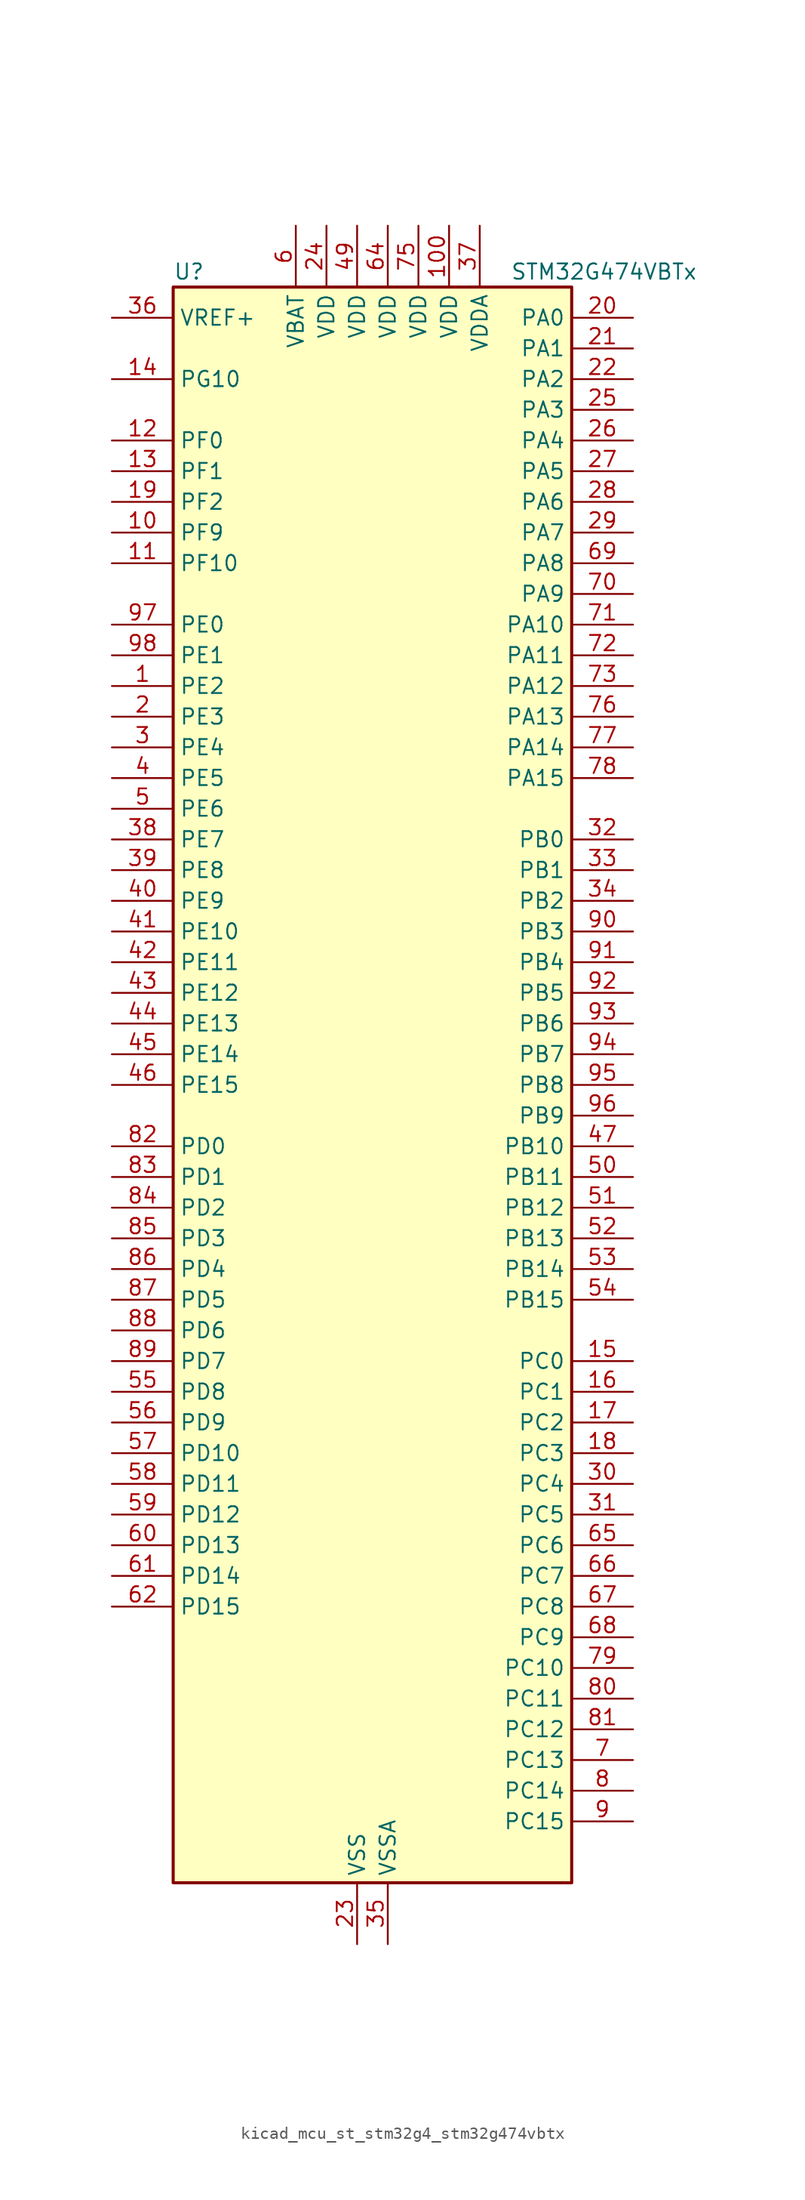
<source format=kicad_sym>
(kicad_symbol_lib
  (version 20220914)
  (generator kicad_symbol_editor)
  (symbol "kicad_mcu_st_stm32g4_stm32g474vbtx"
    (property "Reference" "U"
      (at -15.24 67.31 0)
      (effects (font (size 1.27 1.27)) (justify left)))
    (property "Value" "STM32G474VBTx"
      (at 12.7 67.31 0)
      (effects (font (size 1.27 1.27)) (justify left)))
    (property "ki_locked" ""
      (at 0 0 0)
      (effects (font (size 1.27 1.27))))
    (symbol "kicad_mcu_st_stm32g4_stm32g474vbtx_0_1"
      (rectangle (start -15.24 -66.04) (end 17.78 66.04) (stroke (width 0.254) (type default)) (fill (type background))))
    (symbol "kicad_mcu_st_stm32g4_stm32g474vbtx_1_1"
      (pin bidirectional line (at -20.32 33.02 0) (length 5.08) (name "PE2" (effects (font (size 1.27 1.27)))) (number "1" (effects (font (size 1.27 1.27)))) (alternate "ADC3_EXTI2" bidirectional line) (alternate "ADC4_EXTI2" bidirectional line) (alternate "ADC5_EXTI2" bidirectional line) (alternate "FMC_A23" bidirectional line) (alternate "SAI1_CK1" bidirectional line) (alternate "SAI1_MCLK_A" bidirectional line) (alternate "SPI4_SCK" bidirectional line) (alternate "SYS_TRACECLK" bidirectional line) (alternate "TIM20_CH1" bidirectional line) (alternate "TIM3_CH1" bidirectional line))
      (pin bidirectional line (at -20.32 45.72 0) (length 5.08) (name "PF9" (effects (font (size 1.27 1.27)))) (number "10" (effects (font (size 1.27 1.27)))) (alternate "DAC1_EXTI9" bidirectional line) (alternate "DAC2_EXTI9" bidirectional line) (alternate "DAC3_EXTI9" bidirectional line) (alternate "DAC4_EXTI9" bidirectional line) (alternate "FMC_A25" bidirectional line) (alternate "QUADSPI1_BK1_IO1" bidirectional line) (alternate "SAI1_FS_B" bidirectional line) (alternate "SPI2_SCK" bidirectional line) (alternate "TIM15_CH1" bidirectional line) (alternate "TIM20_BKIN" bidirectional line) (alternate "TIM5_CH4" bidirectional line))
      (pin power_in line (at 7.62 71.12 270) (length 5.08) (name "VDD" (effects (font (size 1.27 1.27)))) (number "100" (effects (font (size 1.27 1.27)))))
      (pin bidirectional line (at -20.32 43.18 0) (length 5.08) (name "PF10" (effects (font (size 1.27 1.27)))) (number "11" (effects (font (size 1.27 1.27)))) (alternate "DAC1_EXTI10" bidirectional line) (alternate "DAC2_EXTI10" bidirectional line) (alternate "DAC3_EXTI10" bidirectional line) (alternate "DAC4_EXTI10" bidirectional line) (alternate "FMC_A0" bidirectional line) (alternate "QUADSPI1_CLK" bidirectional line) (alternate "SAI1_D3" bidirectional line) (alternate "SPI2_SCK" bidirectional line) (alternate "TIM15_CH2" bidirectional line) (alternate "TIM20_BKIN2" bidirectional line))
      (pin bidirectional line (at -20.32 53.34 0) (length 5.08) (name "PF0" (effects (font (size 1.27 1.27)))) (number "12" (effects (font (size 1.27 1.27)))) (alternate "ADC1_IN10" bidirectional line) (alternate "I2C2_SDA" bidirectional line) (alternate "I2S2_WS" bidirectional line) (alternate "RCC_OSC_IN" bidirectional line) (alternate "SPI2_NSS" bidirectional line) (alternate "TIM1_CH3N" bidirectional line))
      (pin bidirectional line (at -20.32 50.8 0) (length 5.08) (name "PF1" (effects (font (size 1.27 1.27)))) (number "13" (effects (font (size 1.27 1.27)))) (alternate "ADC2_IN10" bidirectional line) (alternate "COMP3_INM" bidirectional line) (alternate "I2S2_CK" bidirectional line) (alternate "RCC_OSC_OUT" bidirectional line) (alternate "SPI2_SCK" bidirectional line))
      (pin bidirectional line (at -20.32 58.42 0) (length 5.08) (name "PG10" (effects (font (size 1.27 1.27)))) (number "14" (effects (font (size 1.27 1.27)))) (alternate "DAC1_EXTI10" bidirectional line) (alternate "DAC2_EXTI10" bidirectional line) (alternate "DAC3_EXTI10" bidirectional line) (alternate "DAC4_EXTI10" bidirectional line) (alternate "RCC_MCO" bidirectional line))
      (pin bidirectional line (at 22.86 -22.86 180) (length 5.08) (name "PC0" (effects (font (size 1.27 1.27)))) (number "15" (effects (font (size 1.27 1.27)))) (alternate "ADC1_IN6" bidirectional line) (alternate "ADC2_IN6" bidirectional line) (alternate "COMP3_INM" bidirectional line) (alternate "LPTIM1_IN1" bidirectional line) (alternate "LPUART1_RX" bidirectional line) (alternate "TIM1_CH1" bidirectional line))
      (pin bidirectional line (at 22.86 -25.4 180) (length 5.08) (name "PC1" (effects (font (size 1.27 1.27)))) (number "16" (effects (font (size 1.27 1.27)))) (alternate "ADC1_IN7" bidirectional line) (alternate "ADC2_IN7" bidirectional line) (alternate "COMP3_INP" bidirectional line) (alternate "LPTIM1_OUT" bidirectional line) (alternate "LPUART1_TX" bidirectional line) (alternate "QUADSPI1_BK2_IO0" bidirectional line) (alternate "SAI1_SD_A" bidirectional line) (alternate "TIM1_CH2" bidirectional line))
      (pin bidirectional line (at 22.86 -27.94 180) (length 5.08) (name "PC2" (effects (font (size 1.27 1.27)))) (number "17" (effects (font (size 1.27 1.27)))) (alternate "ADC1_IN8" bidirectional line) (alternate "ADC2_IN8" bidirectional line) (alternate "ADC3_EXTI2" bidirectional line) (alternate "ADC4_EXTI2" bidirectional line) (alternate "ADC5_EXTI2" bidirectional line) (alternate "COMP3_OUT" bidirectional line) (alternate "LPTIM1_IN2" bidirectional line) (alternate "QUADSPI1_BK2_IO1" bidirectional line) (alternate "TIM1_CH3" bidirectional line) (alternate "TIM20_CH2" bidirectional line))
      (pin bidirectional line (at 22.86 -30.48 180) (length 5.08) (name "PC3" (effects (font (size 1.27 1.27)))) (number "18" (effects (font (size 1.27 1.27)))) (alternate "ADC1_IN9" bidirectional line) (alternate "ADC2_IN9" bidirectional line) (alternate "ADC3_EXTI3" bidirectional line) (alternate "ADC4_EXTI3" bidirectional line) (alternate "ADC5_EXTI3" bidirectional line) (alternate "LPTIM1_ETR" bidirectional line) (alternate "OPAMP5_VINP" bidirectional line) (alternate "OPAMP5_VINP_SEC" bidirectional line) (alternate "QUADSPI1_BK2_IO2" bidirectional line) (alternate "SAI1_D1" bidirectional line) (alternate "SAI1_SD_A" bidirectional line) (alternate "TIM1_BKIN2" bidirectional line) (alternate "TIM1_CH4" bidirectional line))
      (pin bidirectional line (at -20.32 48.26 0) (length 5.08) (name "PF2" (effects (font (size 1.27 1.27)))) (number "19" (effects (font (size 1.27 1.27)))) (alternate "ADC3_EXTI2" bidirectional line) (alternate "ADC4_EXTI2" bidirectional line) (alternate "ADC5_EXTI2" bidirectional line) (alternate "FMC_A2" bidirectional line) (alternate "I2C2_SMBA" bidirectional line) (alternate "TIM20_CH3" bidirectional line))
      (pin bidirectional line (at -20.32 30.48 0) (length 5.08) (name "PE3" (effects (font (size 1.27 1.27)))) (number "2" (effects (font (size 1.27 1.27)))) (alternate "ADC3_EXTI3" bidirectional line) (alternate "ADC4_EXTI3" bidirectional line) (alternate "ADC5_EXTI3" bidirectional line) (alternate "FMC_A19" bidirectional line) (alternate "SAI1_SD_B" bidirectional line) (alternate "SPI4_NSS" bidirectional line) (alternate "SYS_TRACED0" bidirectional line) (alternate "TIM20_CH2" bidirectional line) (alternate "TIM3_CH2" bidirectional line))
      (pin bidirectional line (at 22.86 63.5 180) (length 5.08) (name "PA0" (effects (font (size 1.27 1.27)))) (number "20" (effects (font (size 1.27 1.27)))) (alternate "ADC1_IN1" bidirectional line) (alternate "ADC2_IN1" bidirectional line) (alternate "COMP1_INM" bidirectional line) (alternate "COMP1_OUT" bidirectional line) (alternate "COMP3_INP" bidirectional line) (alternate "RTC_TAMP2" bidirectional line) (alternate "SYS_WKUP1" bidirectional line) (alternate "TIM2_CH1" bidirectional line) (alternate "TIM2_ETR" bidirectional line) (alternate "TIM5_CH1" bidirectional line) (alternate "TIM8_BKIN" bidirectional line) (alternate "TIM8_ETR" bidirectional line) (alternate "USART2_CTS" bidirectional line) (alternate "USART2_NSS" bidirectional line))
      (pin bidirectional line (at 22.86 60.96 180) (length 5.08) (name "PA1" (effects (font (size 1.27 1.27)))) (number "21" (effects (font (size 1.27 1.27)))) (alternate "ADC1_IN2" bidirectional line) (alternate "ADC2_IN2" bidirectional line) (alternate "COMP1_INP" bidirectional line) (alternate "OPAMP1_VINP" bidirectional line) (alternate "OPAMP1_VINP_SEC" bidirectional line) (alternate "OPAMP3_VINP" bidirectional line) (alternate "OPAMP3_VINP_SEC" bidirectional line) (alternate "OPAMP6_VINM" bidirectional line) (alternate "OPAMP6_VINM0" bidirectional line) (alternate "OPAMP6_VINM_SEC" bidirectional line) (alternate "RTC_REFIN" bidirectional line) (alternate "TIM15_CH1N" bidirectional line) (alternate "TIM2_CH2" bidirectional line) (alternate "TIM5_CH2" bidirectional line) (alternate "USART2_DE" bidirectional line) (alternate "USART2_RTS" bidirectional line))
      (pin bidirectional line (at 22.86 58.42 180) (length 5.08) (name "PA2" (effects (font (size 1.27 1.27)))) (number "22" (effects (font (size 1.27 1.27)))) (alternate "ADC1_IN3" bidirectional line) (alternate "ADC3_EXTI2" bidirectional line) (alternate "ADC4_EXTI2" bidirectional line) (alternate "ADC5_EXTI2" bidirectional line) (alternate "COMP2_INM" bidirectional line) (alternate "COMP2_OUT" bidirectional line) (alternate "LPUART1_TX" bidirectional line) (alternate "OPAMP1_VOUT" bidirectional line) (alternate "QUADSPI1_BK1_NCS" bidirectional line) (alternate "RCC_LSCO" bidirectional line) (alternate "SYS_WKUP4" bidirectional line) (alternate "TIM15_CH1" bidirectional line) (alternate "TIM2_CH3" bidirectional line) (alternate "TIM5_CH3" bidirectional line) (alternate "UCPD1_FRSTX1" bidirectional line) (alternate "UCPD1_FRSTX2" bidirectional line) (alternate "USART2_TX" bidirectional line))
      (pin power_in line (at 0 -71.12 90) (length 5.08) (name "VSS" (effects (font (size 1.27 1.27)))) (number "23" (effects (font (size 1.27 1.27)))))
      (pin power_in line (at -2.54 71.12 270) (length 5.08) (name "VDD" (effects (font (size 1.27 1.27)))) (number "24" (effects (font (size 1.27 1.27)))))
      (pin bidirectional line (at 22.86 55.88 180) (length 5.08) (name "PA3" (effects (font (size 1.27 1.27)))) (number "25" (effects (font (size 1.27 1.27)))) (alternate "ADC1_IN4" bidirectional line) (alternate "ADC3_EXTI3" bidirectional line) (alternate "ADC4_EXTI3" bidirectional line) (alternate "ADC5_EXTI3" bidirectional line) (alternate "COMP2_INP" bidirectional line) (alternate "LPUART1_RX" bidirectional line) (alternate "OPAMP1_VINM" bidirectional line) (alternate "OPAMP1_VINM0" bidirectional line) (alternate "OPAMP1_VINM_SEC" bidirectional line) (alternate "OPAMP1_VINP" bidirectional line) (alternate "OPAMP1_VINP_SEC" bidirectional line) (alternate "OPAMP5_VINM" bidirectional line) (alternate "OPAMP5_VINM1" bidirectional line) (alternate "OPAMP5_VINM_SEC" bidirectional line) (alternate "QUADSPI1_CLK" bidirectional line) (alternate "SAI1_CK1" bidirectional line) (alternate "SAI1_MCLK_A" bidirectional line) (alternate "TIM15_CH2" bidirectional line) (alternate "TIM2_CH4" bidirectional line) (alternate "TIM5_CH4" bidirectional line) (alternate "USART2_RX" bidirectional line))
      (pin bidirectional line (at 22.86 53.34 180) (length 5.08) (name "PA4" (effects (font (size 1.27 1.27)))) (number "26" (effects (font (size 1.27 1.27)))) (alternate "ADC2_IN17" bidirectional line) (alternate "COMP1_INM" bidirectional line) (alternate "DAC1_OUT1" bidirectional line) (alternate "I2S3_WS" bidirectional line) (alternate "SAI1_FS_B" bidirectional line) (alternate "SPI1_NSS" bidirectional line) (alternate "SPI3_NSS" bidirectional line) (alternate "TIM3_CH2" bidirectional line) (alternate "USART2_CK" bidirectional line))
      (pin bidirectional line (at 22.86 50.8 180) (length 5.08) (name "PA5" (effects (font (size 1.27 1.27)))) (number "27" (effects (font (size 1.27 1.27)))) (alternate "ADC2_IN13" bidirectional line) (alternate "COMP2_INM" bidirectional line) (alternate "DAC1_OUT2" bidirectional line) (alternate "OPAMP2_VINM" bidirectional line) (alternate "OPAMP2_VINM0" bidirectional line) (alternate "OPAMP2_VINM_SEC" bidirectional line) (alternate "SPI1_SCK" bidirectional line) (alternate "TIM2_CH1" bidirectional line) (alternate "TIM2_ETR" bidirectional line) (alternate "UCPD1_FRSTX1" bidirectional line) (alternate "UCPD1_FRSTX2" bidirectional line))
      (pin bidirectional line (at 22.86 48.26 180) (length 5.08) (name "PA6" (effects (font (size 1.27 1.27)))) (number "28" (effects (font (size 1.27 1.27)))) (alternate "ADC2_IN3" bidirectional line) (alternate "COMP1_OUT" bidirectional line) (alternate "DAC2_OUT1" bidirectional line) (alternate "LPUART1_CTS" bidirectional line) (alternate "OPAMP2_VOUT" bidirectional line) (alternate "QUADSPI1_BK1_IO3" bidirectional line) (alternate "SPI1_MISO" bidirectional line) (alternate "TIM16_CH1" bidirectional line) (alternate "TIM1_BKIN" bidirectional line) (alternate "TIM3_CH1" bidirectional line) (alternate "TIM8_BKIN" bidirectional line))
      (pin bidirectional line (at 22.86 45.72 180) (length 5.08) (name "PA7" (effects (font (size 1.27 1.27)))) (number "29" (effects (font (size 1.27 1.27)))) (alternate "ADC2_IN4" bidirectional line) (alternate "COMP2_INP" bidirectional line) (alternate "COMP2_OUT" bidirectional line) (alternate "OPAMP1_VINP" bidirectional line) (alternate "OPAMP1_VINP_SEC" bidirectional line) (alternate "OPAMP2_VINP" bidirectional line) (alternate "OPAMP2_VINP_SEC" bidirectional line) (alternate "QUADSPI1_BK1_IO2" bidirectional line) (alternate "SPI1_MOSI" bidirectional line) (alternate "TIM17_CH1" bidirectional line) (alternate "TIM1_CH1N" bidirectional line) (alternate "TIM3_CH2" bidirectional line) (alternate "TIM8_CH1N" bidirectional line) (alternate "UCPD1_FRSTX1" bidirectional line) (alternate "UCPD1_FRSTX2" bidirectional line))
      (pin bidirectional line (at -20.32 27.94 0) (length 5.08) (name "PE4" (effects (font (size 1.27 1.27)))) (number "3" (effects (font (size 1.27 1.27)))) (alternate "FMC_A20" bidirectional line) (alternate "SAI1_D2" bidirectional line) (alternate "SAI1_FS_A" bidirectional line) (alternate "SPI4_NSS" bidirectional line) (alternate "SYS_TRACED1" bidirectional line) (alternate "TIM20_CH1N" bidirectional line) (alternate "TIM3_CH3" bidirectional line))
      (pin bidirectional line (at 22.86 -33.02 180) (length 5.08) (name "PC4" (effects (font (size 1.27 1.27)))) (number "30" (effects (font (size 1.27 1.27)))) (alternate "ADC2_IN5" bidirectional line) (alternate "I2C2_SCL" bidirectional line) (alternate "QUADSPI1_BK2_IO3" bidirectional line) (alternate "TIM1_ETR" bidirectional line) (alternate "USART1_TX" bidirectional line))
      (pin bidirectional line (at 22.86 -35.56 180) (length 5.08) (name "PC5" (effects (font (size 1.27 1.27)))) (number "31" (effects (font (size 1.27 1.27)))) (alternate "ADC2_IN11" bidirectional line) (alternate "HRTIM1_EEV10" bidirectional line) (alternate "OPAMP1_VINM" bidirectional line) (alternate "OPAMP1_VINM1" bidirectional line) (alternate "OPAMP1_VINM_SEC" bidirectional line) (alternate "OPAMP2_VINM" bidirectional line) (alternate "OPAMP2_VINM1" bidirectional line) (alternate "OPAMP2_VINM_SEC" bidirectional line) (alternate "SAI1_D3" bidirectional line) (alternate "SYS_WKUP5" bidirectional line) (alternate "TIM15_BKIN" bidirectional line) (alternate "TIM1_CH4N" bidirectional line) (alternate "USART1_RX" bidirectional line))
      (pin bidirectional line (at 22.86 20.32 180) (length 5.08) (name "PB0" (effects (font (size 1.27 1.27)))) (number "32" (effects (font (size 1.27 1.27)))) (alternate "ADC1_IN15" bidirectional line) (alternate "ADC3_IN12" bidirectional line) (alternate "COMP4_INP" bidirectional line) (alternate "HRTIM1_FLT5" bidirectional line) (alternate "OPAMP2_VINP" bidirectional line) (alternate "OPAMP2_VINP_SEC" bidirectional line) (alternate "OPAMP3_VINP" bidirectional line) (alternate "OPAMP3_VINP_SEC" bidirectional line) (alternate "QUADSPI1_BK1_IO1" bidirectional line) (alternate "TIM1_CH2N" bidirectional line) (alternate "TIM3_CH3" bidirectional line) (alternate "TIM8_CH2N" bidirectional line) (alternate "UCPD1_FRSTX1" bidirectional line) (alternate "UCPD1_FRSTX2" bidirectional line))
      (pin bidirectional line (at 22.86 17.78 180) (length 5.08) (name "PB1" (effects (font (size 1.27 1.27)))) (number "33" (effects (font (size 1.27 1.27)))) (alternate "ADC1_IN12" bidirectional line) (alternate "ADC3_IN1" bidirectional line) (alternate "COMP1_INP" bidirectional line) (alternate "COMP4_OUT" bidirectional line) (alternate "HRTIM1_SCOUT" bidirectional line) (alternate "LPUART1_DE" bidirectional line) (alternate "LPUART1_RTS" bidirectional line) (alternate "OPAMP3_VOUT" bidirectional line) (alternate "OPAMP6_VINM" bidirectional line) (alternate "OPAMP6_VINM1" bidirectional line) (alternate "OPAMP6_VINM_SEC" bidirectional line) (alternate "QUADSPI1_BK1_IO0" bidirectional line) (alternate "TIM1_CH3N" bidirectional line) (alternate "TIM3_CH4" bidirectional line) (alternate "TIM8_CH3N" bidirectional line))
      (pin bidirectional line (at 22.86 15.24 180) (length 5.08) (name "PB2" (effects (font (size 1.27 1.27)))) (number "34" (effects (font (size 1.27 1.27)))) (alternate "ADC2_IN12" bidirectional line) (alternate "ADC3_EXTI2" bidirectional line) (alternate "ADC4_EXTI2" bidirectional line) (alternate "ADC5_EXTI2" bidirectional line) (alternate "COMP4_INM" bidirectional line) (alternate "HRTIM1_SCIN" bidirectional line) (alternate "I2C3_SMBA" bidirectional line) (alternate "LPTIM1_OUT" bidirectional line) (alternate "OPAMP3_VINM" bidirectional line) (alternate "OPAMP3_VINM0" bidirectional line) (alternate "OPAMP3_VINM_SEC" bidirectional line) (alternate "QUADSPI1_BK2_IO1" bidirectional line) (alternate "RTC_OUT2" bidirectional line) (alternate "TIM20_CH1" bidirectional line) (alternate "TIM5_CH1" bidirectional line))
      (pin power_in line (at 2.54 -71.12 90) (length 5.08) (name "VSSA" (effects (font (size 1.27 1.27)))) (number "35" (effects (font (size 1.27 1.27)))))
      (pin input line (at -20.32 63.5 0) (length 5.08) (name "VREF+" (effects (font (size 1.27 1.27)))) (number "36" (effects (font (size 1.27 1.27)))) (alternate "VREFBUF_OUT" bidirectional line))
      (pin power_in line (at 10.16 71.12 270) (length 5.08) (name "VDDA" (effects (font (size 1.27 1.27)))) (number "37" (effects (font (size 1.27 1.27)))))
      (pin bidirectional line (at -20.32 20.32 0) (length 5.08) (name "PE7" (effects (font (size 1.27 1.27)))) (number "38" (effects (font (size 1.27 1.27)))) (alternate "ADC3_IN4" bidirectional line) (alternate "COMP4_INP" bidirectional line) (alternate "FMC_D4" bidirectional line) (alternate "FMC_DA4" bidirectional line) (alternate "SAI1_SD_B" bidirectional line) (alternate "TIM1_ETR" bidirectional line))
      (pin bidirectional line (at -20.32 17.78 0) (length 5.08) (name "PE8" (effects (font (size 1.27 1.27)))) (number "39" (effects (font (size 1.27 1.27)))) (alternate "ADC3_IN6" bidirectional line) (alternate "ADC4_IN6" bidirectional line) (alternate "ADC5_IN6" bidirectional line) (alternate "COMP4_INM" bidirectional line) (alternate "FMC_D5" bidirectional line) (alternate "FMC_DA5" bidirectional line) (alternate "SAI1_SCK_B" bidirectional line) (alternate "TIM1_CH1N" bidirectional line) (alternate "TIM5_CH3" bidirectional line))
      (pin bidirectional line (at -20.32 25.4 0) (length 5.08) (name "PE5" (effects (font (size 1.27 1.27)))) (number "4" (effects (font (size 1.27 1.27)))) (alternate "FMC_A21" bidirectional line) (alternate "SAI1_CK2" bidirectional line) (alternate "SAI1_SCK_A" bidirectional line) (alternate "SPI4_MISO" bidirectional line) (alternate "SYS_TRACED2" bidirectional line) (alternate "TIM20_CH2N" bidirectional line) (alternate "TIM3_CH4" bidirectional line))
      (pin bidirectional line (at -20.32 15.24 0) (length 5.08) (name "PE9" (effects (font (size 1.27 1.27)))) (number "40" (effects (font (size 1.27 1.27)))) (alternate "ADC3_IN2" bidirectional line) (alternate "DAC1_EXTI9" bidirectional line) (alternate "DAC2_EXTI9" bidirectional line) (alternate "DAC3_EXTI9" bidirectional line) (alternate "DAC4_EXTI9" bidirectional line) (alternate "FMC_D6" bidirectional line) (alternate "FMC_DA6" bidirectional line) (alternate "SAI1_FS_B" bidirectional line) (alternate "TIM1_CH1" bidirectional line) (alternate "TIM5_CH4" bidirectional line))
      (pin bidirectional line (at -20.32 12.7 0) (length 5.08) (name "PE10" (effects (font (size 1.27 1.27)))) (number "41" (effects (font (size 1.27 1.27)))) (alternate "ADC3_IN14" bidirectional line) (alternate "ADC4_IN14" bidirectional line) (alternate "ADC5_IN14" bidirectional line) (alternate "DAC1_EXTI10" bidirectional line) (alternate "DAC2_EXTI10" bidirectional line) (alternate "DAC3_EXTI10" bidirectional line) (alternate "DAC4_EXTI10" bidirectional line) (alternate "FMC_D7" bidirectional line) (alternate "FMC_DA7" bidirectional line) (alternate "QUADSPI1_CLK" bidirectional line) (alternate "SAI1_MCLK_B" bidirectional line) (alternate "TIM1_CH2N" bidirectional line))
      (pin bidirectional line (at -20.32 10.16 0) (length 5.08) (name "PE11" (effects (font (size 1.27 1.27)))) (number "42" (effects (font (size 1.27 1.27)))) (alternate "ADC1_EXTI11" bidirectional line) (alternate "ADC2_EXTI11" bidirectional line) (alternate "ADC3_IN15" bidirectional line) (alternate "ADC4_IN15" bidirectional line) (alternate "ADC5_IN15" bidirectional line) (alternate "FMC_D8" bidirectional line) (alternate "FMC_DA8" bidirectional line) (alternate "QUADSPI1_BK1_NCS" bidirectional line) (alternate "SPI4_NSS" bidirectional line) (alternate "TIM1_CH2" bidirectional line))
      (pin bidirectional line (at -20.32 7.62 0) (length 5.08) (name "PE12" (effects (font (size 1.27 1.27)))) (number "43" (effects (font (size 1.27 1.27)))) (alternate "ADC3_IN16" bidirectional line) (alternate "ADC4_IN16" bidirectional line) (alternate "ADC5_IN16" bidirectional line) (alternate "FMC_D9" bidirectional line) (alternate "FMC_DA9" bidirectional line) (alternate "QUADSPI1_BK1_IO0" bidirectional line) (alternate "SPI4_SCK" bidirectional line) (alternate "TIM1_CH3N" bidirectional line))
      (pin bidirectional line (at -20.32 5.08 0) (length 5.08) (name "PE13" (effects (font (size 1.27 1.27)))) (number "44" (effects (font (size 1.27 1.27)))) (alternate "ADC3_IN3" bidirectional line) (alternate "FMC_D10" bidirectional line) (alternate "FMC_DA10" bidirectional line) (alternate "QUADSPI1_BK1_IO1" bidirectional line) (alternate "SPI4_MISO" bidirectional line) (alternate "TIM1_CH3" bidirectional line))
      (pin bidirectional line (at -20.32 2.54 0) (length 5.08) (name "PE14" (effects (font (size 1.27 1.27)))) (number "45" (effects (font (size 1.27 1.27)))) (alternate "ADC4_IN1" bidirectional line) (alternate "FMC_D11" bidirectional line) (alternate "FMC_DA11" bidirectional line) (alternate "QUADSPI1_BK1_IO2" bidirectional line) (alternate "SPI4_MOSI" bidirectional line) (alternate "TIM1_BKIN2" bidirectional line) (alternate "TIM1_CH4" bidirectional line))
      (pin bidirectional line (at -20.32 0 0) (length 5.08) (name "PE15" (effects (font (size 1.27 1.27)))) (number "46" (effects (font (size 1.27 1.27)))) (alternate "ADC1_EXTI15" bidirectional line) (alternate "ADC2_EXTI15" bidirectional line) (alternate "ADC4_IN2" bidirectional line) (alternate "FMC_D12" bidirectional line) (alternate "FMC_DA12" bidirectional line) (alternate "QUADSPI1_BK1_IO3" bidirectional line) (alternate "TIM1_BKIN" bidirectional line) (alternate "TIM1_CH4N" bidirectional line) (alternate "USART3_RX" bidirectional line))
      (pin bidirectional line (at 22.86 -5.08 180) (length 5.08) (name "PB10" (effects (font (size 1.27 1.27)))) (number "47" (effects (font (size 1.27 1.27)))) (alternate "COMP5_INM" bidirectional line) (alternate "DAC1_EXTI10" bidirectional line) (alternate "DAC2_EXTI10" bidirectional line) (alternate "DAC3_EXTI10" bidirectional line) (alternate "DAC4_EXTI10" bidirectional line) (alternate "HRTIM1_FLT3" bidirectional line) (alternate "LPUART1_RX" bidirectional line) (alternate "OPAMP3_VINM" bidirectional line) (alternate "OPAMP3_VINM1" bidirectional line) (alternate "OPAMP3_VINM_SEC" bidirectional line) (alternate "OPAMP4_VINM" bidirectional line) (alternate "OPAMP4_VINM0" bidirectional line) (alternate "OPAMP4_VINM_SEC" bidirectional line) (alternate "QUADSPI1_CLK" bidirectional line) (alternate "SAI1_SCK_A" bidirectional line) (alternate "TIM1_BKIN" bidirectional line) (alternate "TIM2_CH3" bidirectional line) (alternate "USART3_TX" bidirectional line))
      (pin passive line (at 0 -71.12 90) (length 5.08) hide (name "VSS" (effects (font (size 1.27 1.27)))) (number "48" (effects (font (size 1.27 1.27)))))
      (pin power_in line (at 0 71.12 270) (length 5.08) (name "VDD" (effects (font (size 1.27 1.27)))) (number "49" (effects (font (size 1.27 1.27)))))
      (pin bidirectional line (at -20.32 22.86 0) (length 5.08) (name "PE6" (effects (font (size 1.27 1.27)))) (number "5" (effects (font (size 1.27 1.27)))) (alternate "FMC_A22" bidirectional line) (alternate "RTC_TAMP3" bidirectional line) (alternate "SAI1_D1" bidirectional line) (alternate "SAI1_SD_A" bidirectional line) (alternate "SPI4_MOSI" bidirectional line) (alternate "SYS_TRACED3" bidirectional line) (alternate "SYS_WKUP3" bidirectional line) (alternate "TIM20_CH3N" bidirectional line))
      (pin bidirectional line (at 22.86 -7.62 180) (length 5.08) (name "PB11" (effects (font (size 1.27 1.27)))) (number "50" (effects (font (size 1.27 1.27)))) (alternate "ADC1_EXTI11" bidirectional line) (alternate "ADC1_IN14" bidirectional line) (alternate "ADC2_EXTI11" bidirectional line) (alternate "ADC2_IN14" bidirectional line) (alternate "COMP6_INP" bidirectional line) (alternate "HRTIM1_FLT4" bidirectional line) (alternate "LPUART1_TX" bidirectional line) (alternate "OPAMP4_VINP" bidirectional line) (alternate "OPAMP4_VINP_SEC" bidirectional line) (alternate "OPAMP6_VOUT" bidirectional line) (alternate "QUADSPI1_BK1_NCS" bidirectional line) (alternate "TIM2_CH4" bidirectional line) (alternate "USART3_RX" bidirectional line))
      (pin bidirectional line (at 22.86 -10.16 180) (length 5.08) (name "PB12" (effects (font (size 1.27 1.27)))) (number "51" (effects (font (size 1.27 1.27)))) (alternate "ADC1_IN11" bidirectional line) (alternate "ADC4_IN3" bidirectional line) (alternate "COMP7_INM" bidirectional line) (alternate "FDCAN2_RX" bidirectional line) (alternate "HRTIM1_CHC1" bidirectional line) (alternate "I2C2_SMBA" bidirectional line) (alternate "I2S2_WS" bidirectional line) (alternate "LPUART1_DE" bidirectional line) (alternate "LPUART1_RTS" bidirectional line) (alternate "OPAMP4_VOUT" bidirectional line) (alternate "OPAMP6_VINP" bidirectional line) (alternate "OPAMP6_VINP_SEC" bidirectional line) (alternate "SPI2_NSS" bidirectional line) (alternate "TIM1_BKIN" bidirectional line) (alternate "TIM5_ETR" bidirectional line) (alternate "USART3_CK" bidirectional line))
      (pin bidirectional line (at 22.86 -12.7 180) (length 5.08) (name "PB13" (effects (font (size 1.27 1.27)))) (number "52" (effects (font (size 1.27 1.27)))) (alternate "ADC3_IN5" bidirectional line) (alternate "COMP5_INP" bidirectional line) (alternate "FDCAN2_TX" bidirectional line) (alternate "HRTIM1_CHC2" bidirectional line) (alternate "I2S2_CK" bidirectional line) (alternate "LPUART1_CTS" bidirectional line) (alternate "OPAMP3_VINP" bidirectional line) (alternate "OPAMP3_VINP_SEC" bidirectional line) (alternate "OPAMP4_VINP" bidirectional line) (alternate "OPAMP4_VINP_SEC" bidirectional line) (alternate "OPAMP6_VINP" bidirectional line) (alternate "OPAMP6_VINP_SEC" bidirectional line) (alternate "SPI2_SCK" bidirectional line) (alternate "TIM1_CH1N" bidirectional line) (alternate "USART3_CTS" bidirectional line) (alternate "USART3_NSS" bidirectional line))
      (pin bidirectional line (at 22.86 -15.24 180) (length 5.08) (name "PB14" (effects (font (size 1.27 1.27)))) (number "53" (effects (font (size 1.27 1.27)))) (alternate "ADC1_IN5" bidirectional line) (alternate "ADC4_IN4" bidirectional line) (alternate "COMP4_OUT" bidirectional line) (alternate "COMP7_INP" bidirectional line) (alternate "HRTIM1_CHD1" bidirectional line) (alternate "OPAMP2_VINP" bidirectional line) (alternate "OPAMP2_VINP_SEC" bidirectional line) (alternate "OPAMP5_VINP" bidirectional line) (alternate "OPAMP5_VINP_SEC" bidirectional line) (alternate "SPI2_MISO" bidirectional line) (alternate "TIM15_CH1" bidirectional line) (alternate "TIM1_CH2N" bidirectional line) (alternate "USART3_DE" bidirectional line) (alternate "USART3_RTS" bidirectional line))
      (pin bidirectional line (at 22.86 -17.78 180) (length 5.08) (name "PB15" (effects (font (size 1.27 1.27)))) (number "54" (effects (font (size 1.27 1.27)))) (alternate "ADC1_EXTI15" bidirectional line) (alternate "ADC2_EXTI15" bidirectional line) (alternate "ADC2_IN15" bidirectional line) (alternate "ADC4_IN5" bidirectional line) (alternate "COMP3_OUT" bidirectional line) (alternate "COMP6_INM" bidirectional line) (alternate "HRTIM1_CHD2" bidirectional line) (alternate "I2S2_SD" bidirectional line) (alternate "OPAMP5_VINM" bidirectional line) (alternate "OPAMP5_VINM0" bidirectional line) (alternate "OPAMP5_VINM_SEC" bidirectional line) (alternate "RTC_REFIN" bidirectional line) (alternate "SPI2_MOSI" bidirectional line) (alternate "TIM15_CH1N" bidirectional line) (alternate "TIM15_CH2" bidirectional line) (alternate "TIM1_CH3N" bidirectional line))
      (pin bidirectional line (at -20.32 -25.4 0) (length 5.08) (name "PD8" (effects (font (size 1.27 1.27)))) (number "55" (effects (font (size 1.27 1.27)))) (alternate "ADC4_IN12" bidirectional line) (alternate "ADC5_IN12" bidirectional line) (alternate "FMC_D13" bidirectional line) (alternate "FMC_DA13" bidirectional line) (alternate "OPAMP4_VINM" bidirectional line) (alternate "OPAMP4_VINM1" bidirectional line) (alternate "OPAMP4_VINM_SEC" bidirectional line) (alternate "USART3_TX" bidirectional line))
      (pin bidirectional line (at -20.32 -27.94 0) (length 5.08) (name "PD9" (effects (font (size 1.27 1.27)))) (number "56" (effects (font (size 1.27 1.27)))) (alternate "ADC4_IN13" bidirectional line) (alternate "ADC5_IN13" bidirectional line) (alternate "DAC1_EXTI9" bidirectional line) (alternate "DAC2_EXTI9" bidirectional line) (alternate "DAC3_EXTI9" bidirectional line) (alternate "DAC4_EXTI9" bidirectional line) (alternate "FMC_D14" bidirectional line) (alternate "FMC_DA14" bidirectional line) (alternate "OPAMP6_VINP" bidirectional line) (alternate "OPAMP6_VINP_SEC" bidirectional line) (alternate "USART3_RX" bidirectional line))
      (pin bidirectional line (at -20.32 -30.48 0) (length 5.08) (name "PD10" (effects (font (size 1.27 1.27)))) (number "57" (effects (font (size 1.27 1.27)))) (alternate "ADC3_IN7" bidirectional line) (alternate "ADC4_IN7" bidirectional line) (alternate "ADC5_IN7" bidirectional line) (alternate "COMP6_INM" bidirectional line) (alternate "DAC1_EXTI10" bidirectional line) (alternate "DAC2_EXTI10" bidirectional line) (alternate "DAC3_EXTI10" bidirectional line) (alternate "DAC4_EXTI10" bidirectional line) (alternate "FMC_D15" bidirectional line) (alternate "FMC_DA15" bidirectional line) (alternate "USART3_CK" bidirectional line))
      (pin bidirectional line (at -20.32 -33.02 0) (length 5.08) (name "PD11" (effects (font (size 1.27 1.27)))) (number "58" (effects (font (size 1.27 1.27)))) (alternate "ADC1_EXTI11" bidirectional line) (alternate "ADC2_EXTI11" bidirectional line) (alternate "ADC3_IN8" bidirectional line) (alternate "ADC4_IN8" bidirectional line) (alternate "ADC5_IN8" bidirectional line) (alternate "COMP6_INP" bidirectional line) (alternate "FMC_A16" bidirectional line) (alternate "FMC_CLE" bidirectional line) (alternate "I2C4_SMBA" bidirectional line) (alternate "OPAMP4_VINP" bidirectional line) (alternate "OPAMP4_VINP_SEC" bidirectional line) (alternate "TIM5_ETR" bidirectional line) (alternate "USART3_CTS" bidirectional line) (alternate "USART3_NSS" bidirectional line))
      (pin bidirectional line (at -20.32 -35.56 0) (length 5.08) (name "PD12" (effects (font (size 1.27 1.27)))) (number "59" (effects (font (size 1.27 1.27)))) (alternate "ADC3_IN9" bidirectional line) (alternate "ADC4_IN9" bidirectional line) (alternate "ADC5_IN9" bidirectional line) (alternate "COMP5_INP" bidirectional line) (alternate "FMC_A17" bidirectional line) (alternate "FMC_ALE" bidirectional line) (alternate "OPAMP5_VINP" bidirectional line) (alternate "OPAMP5_VINP_SEC" bidirectional line) (alternate "TIM4_CH1" bidirectional line) (alternate "USART3_DE" bidirectional line) (alternate "USART3_RTS" bidirectional line))
      (pin power_in line (at -5.08 71.12 270) (length 5.08) (name "VBAT" (effects (font (size 1.27 1.27)))) (number "6" (effects (font (size 1.27 1.27)))))
      (pin bidirectional line (at -20.32 -38.1 0) (length 5.08) (name "PD13" (effects (font (size 1.27 1.27)))) (number "60" (effects (font (size 1.27 1.27)))) (alternate "ADC3_IN10" bidirectional line) (alternate "ADC4_IN10" bidirectional line) (alternate "ADC5_IN10" bidirectional line) (alternate "COMP5_INM" bidirectional line) (alternate "FMC_A18" bidirectional line) (alternate "TIM4_CH2" bidirectional line))
      (pin bidirectional line (at -20.32 -40.64 0) (length 5.08) (name "PD14" (effects (font (size 1.27 1.27)))) (number "61" (effects (font (size 1.27 1.27)))) (alternate "ADC3_IN11" bidirectional line) (alternate "ADC4_IN11" bidirectional line) (alternate "ADC5_IN11" bidirectional line) (alternate "COMP7_INP" bidirectional line) (alternate "FMC_D0" bidirectional line) (alternate "FMC_DA0" bidirectional line) (alternate "OPAMP2_VINP" bidirectional line) (alternate "OPAMP2_VINP_SEC" bidirectional line) (alternate "TIM4_CH3" bidirectional line))
      (pin bidirectional line (at -20.32 -43.18 0) (length 5.08) (name "PD15" (effects (font (size 1.27 1.27)))) (number "62" (effects (font (size 1.27 1.27)))) (alternate "ADC1_EXTI15" bidirectional line) (alternate "ADC2_EXTI15" bidirectional line) (alternate "COMP7_INM" bidirectional line) (alternate "FMC_D1" bidirectional line) (alternate "FMC_DA1" bidirectional line) (alternate "SPI2_NSS" bidirectional line) (alternate "TIM4_CH4" bidirectional line))
      (pin passive line (at 0 -71.12 90) (length 5.08) hide (name "VSS" (effects (font (size 1.27 1.27)))) (number "63" (effects (font (size 1.27 1.27)))))
      (pin power_in line (at 2.54 71.12 270) (length 5.08) (name "VDD" (effects (font (size 1.27 1.27)))) (number "64" (effects (font (size 1.27 1.27)))))
      (pin bidirectional line (at 22.86 -38.1 180) (length 5.08) (name "PC6" (effects (font (size 1.27 1.27)))) (number "65" (effects (font (size 1.27 1.27)))) (alternate "COMP6_OUT" bidirectional line) (alternate "HRTIM1_CHF1" bidirectional line) (alternate "HRTIM1_EEV10" bidirectional line) (alternate "I2C4_SCL" bidirectional line) (alternate "I2S2_MCK" bidirectional line) (alternate "TIM3_CH1" bidirectional line) (alternate "TIM8_CH1" bidirectional line))
      (pin bidirectional line (at 22.86 -40.64 180) (length 5.08) (name "PC7" (effects (font (size 1.27 1.27)))) (number "66" (effects (font (size 1.27 1.27)))) (alternate "COMP5_OUT" bidirectional line) (alternate "HRTIM1_CHF2" bidirectional line) (alternate "HRTIM1_FLT5" bidirectional line) (alternate "I2C4_SDA" bidirectional line) (alternate "I2S3_MCK" bidirectional line) (alternate "TIM3_CH2" bidirectional line) (alternate "TIM8_CH2" bidirectional line))
      (pin bidirectional line (at 22.86 -43.18 180) (length 5.08) (name "PC8" (effects (font (size 1.27 1.27)))) (number "67" (effects (font (size 1.27 1.27)))) (alternate "COMP7_OUT" bidirectional line) (alternate "HRTIM1_CHE1" bidirectional line) (alternate "I2C3_SCL" bidirectional line) (alternate "TIM20_CH3" bidirectional line) (alternate "TIM3_CH3" bidirectional line) (alternate "TIM8_CH3" bidirectional line))
      (pin bidirectional line (at 22.86 -45.72 180) (length 5.08) (name "PC9" (effects (font (size 1.27 1.27)))) (number "68" (effects (font (size 1.27 1.27)))) (alternate "DAC1_EXTI9" bidirectional line) (alternate "DAC2_EXTI9" bidirectional line) (alternate "DAC3_EXTI9" bidirectional line) (alternate "DAC4_EXTI9" bidirectional line) (alternate "HRTIM1_CHE2" bidirectional line) (alternate "I2C3_SDA" bidirectional line) (alternate "I2S_CKIN" bidirectional line) (alternate "TIM3_CH4" bidirectional line) (alternate "TIM8_BKIN2" bidirectional line) (alternate "TIM8_CH4" bidirectional line))
      (pin bidirectional line (at 22.86 43.18 180) (length 5.08) (name "PA8" (effects (font (size 1.27 1.27)))) (number "69" (effects (font (size 1.27 1.27)))) (alternate "ADC5_IN1" bidirectional line) (alternate "COMP7_OUT" bidirectional line) (alternate "FDCAN3_RX" bidirectional line) (alternate "HRTIM1_CHA1" bidirectional line) (alternate "I2C2_SDA" bidirectional line) (alternate "I2C3_SCL" bidirectional line) (alternate "I2S2_MCK" bidirectional line) (alternate "OPAMP5_VOUT" bidirectional line) (alternate "RCC_MCO" bidirectional line) (alternate "SAI1_CK2" bidirectional line) (alternate "SAI1_SCK_A" bidirectional line) (alternate "TIM1_CH1" bidirectional line) (alternate "TIM4_ETR" bidirectional line) (alternate "USART1_CK" bidirectional line))
      (pin bidirectional line (at 22.86 -55.88 180) (length 5.08) (name "PC13" (effects (font (size 1.27 1.27)))) (number "7" (effects (font (size 1.27 1.27)))) (alternate "RTC_OUT1" bidirectional line) (alternate "RTC_TAMP1" bidirectional line) (alternate "RTC_TS" bidirectional line) (alternate "SYS_WKUP2" bidirectional line) (alternate "TIM1_BKIN" bidirectional line) (alternate "TIM1_CH1N" bidirectional line) (alternate "TIM8_CH4N" bidirectional line))
      (pin bidirectional line (at 22.86 40.64 180) (length 5.08) (name "PA9" (effects (font (size 1.27 1.27)))) (number "70" (effects (font (size 1.27 1.27)))) (alternate "ADC5_IN2" bidirectional line) (alternate "COMP5_OUT" bidirectional line) (alternate "DAC1_EXTI9" bidirectional line) (alternate "DAC2_EXTI9" bidirectional line) (alternate "DAC3_EXTI9" bidirectional line) (alternate "DAC4_EXTI9" bidirectional line) (alternate "HRTIM1_CHA2" bidirectional line) (alternate "I2C2_SCL" bidirectional line) (alternate "I2C3_SMBA" bidirectional line) (alternate "I2S3_MCK" bidirectional line) (alternate "SAI1_FS_A" bidirectional line) (alternate "TIM15_BKIN" bidirectional line) (alternate "TIM1_CH2" bidirectional line) (alternate "TIM2_CH3" bidirectional line) (alternate "UCPD1_DBCC1" bidirectional line) (alternate "USART1_TX" bidirectional line))
      (pin bidirectional line (at 22.86 38.1 180) (length 5.08) (name "PA10" (effects (font (size 1.27 1.27)))) (number "71" (effects (font (size 1.27 1.27)))) (alternate "COMP6_OUT" bidirectional line) (alternate "CRS_SYNC" bidirectional line) (alternate "DAC1_EXTI10" bidirectional line) (alternate "DAC2_EXTI10" bidirectional line) (alternate "DAC3_EXTI10" bidirectional line) (alternate "DAC4_EXTI10" bidirectional line) (alternate "HRTIM1_CHB1" bidirectional line) (alternate "I2C2_SMBA" bidirectional line) (alternate "SAI1_D1" bidirectional line) (alternate "SAI1_SD_A" bidirectional line) (alternate "SPI2_MISO" bidirectional line) (alternate "TIM17_BKIN" bidirectional line) (alternate "TIM1_CH3" bidirectional line) (alternate "TIM2_CH4" bidirectional line) (alternate "TIM8_BKIN" bidirectional line) (alternate "UCPD1_DBCC2" bidirectional line) (alternate "USART1_RX" bidirectional line))
      (pin bidirectional line (at 22.86 35.56 180) (length 5.08) (name "PA11" (effects (font (size 1.27 1.27)))) (number "72" (effects (font (size 1.27 1.27)))) (alternate "ADC1_EXTI11" bidirectional line) (alternate "ADC2_EXTI11" bidirectional line) (alternate "COMP1_OUT" bidirectional line) (alternate "FDCAN1_RX" bidirectional line) (alternate "HRTIM1_CHB2" bidirectional line) (alternate "I2S2_SD" bidirectional line) (alternate "SPI2_MOSI" bidirectional line) (alternate "TIM1_BKIN2" bidirectional line) (alternate "TIM1_CH1N" bidirectional line) (alternate "TIM1_CH4" bidirectional line) (alternate "TIM4_CH1" bidirectional line) (alternate "USART1_CTS" bidirectional line) (alternate "USART1_NSS" bidirectional line) (alternate "USB_DM" bidirectional line))
      (pin bidirectional line (at 22.86 33.02 180) (length 5.08) (name "PA12" (effects (font (size 1.27 1.27)))) (number "73" (effects (font (size 1.27 1.27)))) (alternate "COMP2_OUT" bidirectional line) (alternate "FDCAN1_TX" bidirectional line) (alternate "HRTIM1_FLT1" bidirectional line) (alternate "I2S_CKIN" bidirectional line) (alternate "TIM16_CH1" bidirectional line) (alternate "TIM1_CH2N" bidirectional line) (alternate "TIM1_ETR" bidirectional line) (alternate "TIM4_CH2" bidirectional line) (alternate "USART1_DE" bidirectional line) (alternate "USART1_RTS" bidirectional line) (alternate "USB_DP" bidirectional line))
      (pin passive line (at 0 -71.12 90) (length 5.08) hide (name "VSS" (effects (font (size 1.27 1.27)))) (number "74" (effects (font (size 1.27 1.27)))))
      (pin power_in line (at 5.08 71.12 270) (length 5.08) (name "VDD" (effects (font (size 1.27 1.27)))) (number "75" (effects (font (size 1.27 1.27)))))
      (pin bidirectional line (at 22.86 30.48 180) (length 5.08) (name "PA13" (effects (font (size 1.27 1.27)))) (number "76" (effects (font (size 1.27 1.27)))) (alternate "I2C1_SCL" bidirectional line) (alternate "I2C4_SCL" bidirectional line) (alternate "IR_OUT" bidirectional line) (alternate "SAI1_SD_B" bidirectional line) (alternate "SYS_JTMS-SWDIO" bidirectional line) (alternate "TIM16_CH1N" bidirectional line) (alternate "TIM4_CH3" bidirectional line) (alternate "USART3_CTS" bidirectional line) (alternate "USART3_NSS" bidirectional line))
      (pin bidirectional line (at 22.86 27.94 180) (length 5.08) (name "PA14" (effects (font (size 1.27 1.27)))) (number "77" (effects (font (size 1.27 1.27)))) (alternate "I2C1_SDA" bidirectional line) (alternate "I2C4_SMBA" bidirectional line) (alternate "LPTIM1_OUT" bidirectional line) (alternate "SAI1_FS_B" bidirectional line) (alternate "SYS_JTCK-SWCLK" bidirectional line) (alternate "TIM1_BKIN" bidirectional line) (alternate "TIM8_CH2" bidirectional line) (alternate "USART2_TX" bidirectional line))
      (pin bidirectional line (at 22.86 25.4 180) (length 5.08) (name "PA15" (effects (font (size 1.27 1.27)))) (number "78" (effects (font (size 1.27 1.27)))) (alternate "ADC1_EXTI15" bidirectional line) (alternate "ADC2_EXTI15" bidirectional line) (alternate "FDCAN3_TX" bidirectional line) (alternate "HRTIM1_FLT2" bidirectional line) (alternate "I2C1_SCL" bidirectional line) (alternate "I2S3_WS" bidirectional line) (alternate "SPI1_NSS" bidirectional line) (alternate "SPI3_NSS" bidirectional line) (alternate "SYS_JTDI" bidirectional line) (alternate "TIM1_BKIN" bidirectional line) (alternate "TIM2_CH1" bidirectional line) (alternate "TIM2_ETR" bidirectional line) (alternate "TIM8_CH1" bidirectional line) (alternate "UART4_DE" bidirectional line) (alternate "UART4_RTS" bidirectional line) (alternate "USART2_RX" bidirectional line))
      (pin bidirectional line (at 22.86 -48.26 180) (length 5.08) (name "PC10" (effects (font (size 1.27 1.27)))) (number "79" (effects (font (size 1.27 1.27)))) (alternate "DAC1_EXTI10" bidirectional line) (alternate "DAC2_EXTI10" bidirectional line) (alternate "DAC3_EXTI10" bidirectional line) (alternate "DAC4_EXTI10" bidirectional line) (alternate "HRTIM1_FLT6" bidirectional line) (alternate "I2S3_CK" bidirectional line) (alternate "SPI3_SCK" bidirectional line) (alternate "TIM8_CH1N" bidirectional line) (alternate "UART4_TX" bidirectional line) (alternate "USART3_TX" bidirectional line))
      (pin bidirectional line (at 22.86 -58.42 180) (length 5.08) (name "PC14" (effects (font (size 1.27 1.27)))) (number "8" (effects (font (size 1.27 1.27)))) (alternate "RCC_OSC32_IN" bidirectional line))
      (pin bidirectional line (at 22.86 -50.8 180) (length 5.08) (name "PC11" (effects (font (size 1.27 1.27)))) (number "80" (effects (font (size 1.27 1.27)))) (alternate "ADC1_EXTI11" bidirectional line) (alternate "ADC2_EXTI11" bidirectional line) (alternate "HRTIM1_EEV2" bidirectional line) (alternate "I2C3_SDA" bidirectional line) (alternate "SPI3_MISO" bidirectional line) (alternate "TIM8_CH2N" bidirectional line) (alternate "UART4_RX" bidirectional line) (alternate "USART3_RX" bidirectional line))
      (pin bidirectional line (at 22.86 -53.34 180) (length 5.08) (name "PC12" (effects (font (size 1.27 1.27)))) (number "81" (effects (font (size 1.27 1.27)))) (alternate "HRTIM1_EEV1" bidirectional line) (alternate "I2S3_SD" bidirectional line) (alternate "SPI3_MOSI" bidirectional line) (alternate "TIM5_CH2" bidirectional line) (alternate "TIM8_CH3N" bidirectional line) (alternate "UART5_TX" bidirectional line) (alternate "UCPD1_FRSTX1" bidirectional line) (alternate "UCPD1_FRSTX2" bidirectional line) (alternate "USART3_CK" bidirectional line))
      (pin bidirectional line (at -20.32 -5.08 0) (length 5.08) (name "PD0" (effects (font (size 1.27 1.27)))) (number "82" (effects (font (size 1.27 1.27)))) (alternate "FDCAN1_RX" bidirectional line) (alternate "FMC_D2" bidirectional line) (alternate "FMC_DA2" bidirectional line) (alternate "TIM8_CH4N" bidirectional line))
      (pin bidirectional line (at -20.32 -7.62 0) (length 5.08) (name "PD1" (effects (font (size 1.27 1.27)))) (number "83" (effects (font (size 1.27 1.27)))) (alternate "FDCAN1_TX" bidirectional line) (alternate "FMC_D3" bidirectional line) (alternate "FMC_DA3" bidirectional line) (alternate "TIM8_BKIN2" bidirectional line) (alternate "TIM8_CH4" bidirectional line))
      (pin bidirectional line (at -20.32 -10.16 0) (length 5.08) (name "PD2" (effects (font (size 1.27 1.27)))) (number "84" (effects (font (size 1.27 1.27)))) (alternate "ADC3_EXTI2" bidirectional line) (alternate "ADC4_EXTI2" bidirectional line) (alternate "ADC5_EXTI2" bidirectional line) (alternate "TIM3_ETR" bidirectional line) (alternate "TIM8_BKIN" bidirectional line) (alternate "UART5_RX" bidirectional line))
      (pin bidirectional line (at -20.32 -12.7 0) (length 5.08) (name "PD3" (effects (font (size 1.27 1.27)))) (number "85" (effects (font (size 1.27 1.27)))) (alternate "ADC3_EXTI3" bidirectional line) (alternate "ADC4_EXTI3" bidirectional line) (alternate "ADC5_EXTI3" bidirectional line) (alternate "FMC_CLK" bidirectional line) (alternate "QUADSPI1_BK2_NCS" bidirectional line) (alternate "TIM2_CH1" bidirectional line) (alternate "TIM2_ETR" bidirectional line) (alternate "USART2_CTS" bidirectional line) (alternate "USART2_NSS" bidirectional line))
      (pin bidirectional line (at -20.32 -15.24 0) (length 5.08) (name "PD4" (effects (font (size 1.27 1.27)))) (number "86" (effects (font (size 1.27 1.27)))) (alternate "FMC_NOE" bidirectional line) (alternate "QUADSPI1_BK2_IO0" bidirectional line) (alternate "TIM2_CH2" bidirectional line) (alternate "USART2_DE" bidirectional line) (alternate "USART2_RTS" bidirectional line))
      (pin bidirectional line (at -20.32 -17.78 0) (length 5.08) (name "PD5" (effects (font (size 1.27 1.27)))) (number "87" (effects (font (size 1.27 1.27)))) (alternate "FMC_NWE" bidirectional line) (alternate "QUADSPI1_BK2_IO1" bidirectional line) (alternate "USART2_TX" bidirectional line))
      (pin bidirectional line (at -20.32 -20.32 0) (length 5.08) (name "PD6" (effects (font (size 1.27 1.27)))) (number "88" (effects (font (size 1.27 1.27)))) (alternate "FMC_NWAIT" bidirectional line) (alternate "QUADSPI1_BK2_IO2" bidirectional line) (alternate "SAI1_D1" bidirectional line) (alternate "SAI1_SD_A" bidirectional line) (alternate "TIM2_CH4" bidirectional line) (alternate "USART2_RX" bidirectional line))
      (pin bidirectional line (at -20.32 -22.86 0) (length 5.08) (name "PD7" (effects (font (size 1.27 1.27)))) (number "89" (effects (font (size 1.27 1.27)))) (alternate "FMC_NCE" bidirectional line) (alternate "FMC_NE1" bidirectional line) (alternate "QUADSPI1_BK2_IO3" bidirectional line) (alternate "TIM2_CH3" bidirectional line) (alternate "USART2_CK" bidirectional line))
      (pin bidirectional line (at 22.86 -60.96 180) (length 5.08) (name "PC15" (effects (font (size 1.27 1.27)))) (number "9" (effects (font (size 1.27 1.27)))) (alternate "ADC1_EXTI15" bidirectional line) (alternate "ADC2_EXTI15" bidirectional line) (alternate "RCC_OSC32_OUT" bidirectional line))
      (pin bidirectional line (at 22.86 12.7 180) (length 5.08) (name "PB3" (effects (font (size 1.27 1.27)))) (number "90" (effects (font (size 1.27 1.27)))) (alternate "ADC3_EXTI3" bidirectional line) (alternate "ADC4_EXTI3" bidirectional line) (alternate "ADC5_EXTI3" bidirectional line) (alternate "CRS_SYNC" bidirectional line) (alternate "FDCAN3_RX" bidirectional line) (alternate "HRTIM1_EEV9" bidirectional line) (alternate "HRTIM1_SCOUT" bidirectional line) (alternate "I2S3_CK" bidirectional line) (alternate "SAI1_SCK_B" bidirectional line) (alternate "SPI1_SCK" bidirectional line) (alternate "SPI3_SCK" bidirectional line) (alternate "SYS_JTDO-SWO" bidirectional line) (alternate "TIM2_CH2" bidirectional line) (alternate "TIM3_ETR" bidirectional line) (alternate "TIM4_ETR" bidirectional line) (alternate "TIM8_CH1N" bidirectional line) (alternate "USART2_TX" bidirectional line))
      (pin bidirectional line (at 22.86 10.16 180) (length 5.08) (name "PB4" (effects (font (size 1.27 1.27)))) (number "91" (effects (font (size 1.27 1.27)))) (alternate "FDCAN3_TX" bidirectional line) (alternate "HRTIM1_EEV7" bidirectional line) (alternate "SAI1_MCLK_B" bidirectional line) (alternate "SPI1_MISO" bidirectional line) (alternate "SPI3_MISO" bidirectional line) (alternate "SYS_JTRST" bidirectional line) (alternate "TIM16_CH1" bidirectional line) (alternate "TIM17_BKIN" bidirectional line) (alternate "TIM3_CH1" bidirectional line) (alternate "TIM8_CH2N" bidirectional line) (alternate "UART5_DE" bidirectional line) (alternate "UART5_RTS" bidirectional line) (alternate "UCPD1_CC2" bidirectional line) (alternate "USART2_RX" bidirectional line))
      (pin bidirectional line (at 22.86 7.62 180) (length 5.08) (name "PB5" (effects (font (size 1.27 1.27)))) (number "92" (effects (font (size 1.27 1.27)))) (alternate "FDCAN2_RX" bidirectional line) (alternate "HRTIM1_EEV6" bidirectional line) (alternate "I2C1_SMBA" bidirectional line) (alternate "I2C3_SDA" bidirectional line) (alternate "I2S3_SD" bidirectional line) (alternate "LPTIM1_IN1" bidirectional line) (alternate "SAI1_SD_B" bidirectional line) (alternate "SPI1_MOSI" bidirectional line) (alternate "SPI3_MOSI" bidirectional line) (alternate "TIM16_BKIN" bidirectional line) (alternate "TIM17_CH1" bidirectional line) (alternate "TIM3_CH2" bidirectional line) (alternate "TIM8_CH3N" bidirectional line) (alternate "UART5_CTS" bidirectional line) (alternate "USART2_CK" bidirectional line))
      (pin bidirectional line (at 22.86 5.08 180) (length 5.08) (name "PB6" (effects (font (size 1.27 1.27)))) (number "93" (effects (font (size 1.27 1.27)))) (alternate "COMP4_OUT" bidirectional line) (alternate "FDCAN2_TX" bidirectional line) (alternate "HRTIM1_EEV4" bidirectional line) (alternate "HRTIM1_SCIN" bidirectional line) (alternate "LPTIM1_ETR" bidirectional line) (alternate "SAI1_FS_B" bidirectional line) (alternate "TIM16_CH1N" bidirectional line) (alternate "TIM4_CH1" bidirectional line) (alternate "TIM8_BKIN2" bidirectional line) (alternate "TIM8_CH1" bidirectional line) (alternate "TIM8_ETR" bidirectional line) (alternate "UCPD1_CC1" bidirectional line) (alternate "USART1_TX" bidirectional line))
      (pin bidirectional line (at 22.86 2.54 180) (length 5.08) (name "PB7" (effects (font (size 1.27 1.27)))) (number "94" (effects (font (size 1.27 1.27)))) (alternate "COMP3_OUT" bidirectional line) (alternate "FMC_NL" bidirectional line) (alternate "HRTIM1_EEV3" bidirectional line) (alternate "I2C1_SDA" bidirectional line) (alternate "I2C4_SDA" bidirectional line) (alternate "LPTIM1_IN2" bidirectional line) (alternate "SYS_PVD_IN" bidirectional line) (alternate "TIM17_CH1N" bidirectional line) (alternate "TIM3_CH4" bidirectional line) (alternate "TIM4_CH2" bidirectional line) (alternate "TIM8_BKIN" bidirectional line) (alternate "UART4_CTS" bidirectional line) (alternate "USART1_RX" bidirectional line))
      (pin bidirectional line (at 22.86 0 180) (length 5.08) (name "PB8" (effects (font (size 1.27 1.27)))) (number "95" (effects (font (size 1.27 1.27)))) (alternate "COMP1_OUT" bidirectional line) (alternate "FDCAN1_RX" bidirectional line) (alternate "HRTIM1_EEV8" bidirectional line) (alternate "I2C1_SCL" bidirectional line) (alternate "SAI1_CK1" bidirectional line) (alternate "SAI1_MCLK_A" bidirectional line) (alternate "TIM16_CH1" bidirectional line) (alternate "TIM1_BKIN" bidirectional line) (alternate "TIM4_CH3" bidirectional line) (alternate "TIM8_CH2" bidirectional line) (alternate "USART3_RX" bidirectional line))
      (pin bidirectional line (at 22.86 -2.54 180) (length 5.08) (name "PB9" (effects (font (size 1.27 1.27)))) (number "96" (effects (font (size 1.27 1.27)))) (alternate "COMP2_OUT" bidirectional line) (alternate "DAC1_EXTI9" bidirectional line) (alternate "DAC2_EXTI9" bidirectional line) (alternate "DAC3_EXTI9" bidirectional line) (alternate "DAC4_EXTI9" bidirectional line) (alternate "FDCAN1_TX" bidirectional line) (alternate "HRTIM1_EEV5" bidirectional line) (alternate "I2C1_SDA" bidirectional line) (alternate "IR_OUT" bidirectional line) (alternate "SAI1_D2" bidirectional line) (alternate "SAI1_FS_A" bidirectional line) (alternate "TIM17_CH1" bidirectional line) (alternate "TIM1_CH3N" bidirectional line) (alternate "TIM4_CH4" bidirectional line) (alternate "TIM8_CH3" bidirectional line) (alternate "USART3_TX" bidirectional line))
      (pin bidirectional line (at -20.32 38.1 0) (length 5.08) (name "PE0" (effects (font (size 1.27 1.27)))) (number "97" (effects (font (size 1.27 1.27)))) (alternate "FMC_NBL0" bidirectional line) (alternate "TIM16_CH1" bidirectional line) (alternate "TIM20_CH4N" bidirectional line) (alternate "TIM20_ETR" bidirectional line) (alternate "TIM4_ETR" bidirectional line) (alternate "USART1_TX" bidirectional line))
      (pin bidirectional line (at -20.32 35.56 0) (length 5.08) (name "PE1" (effects (font (size 1.27 1.27)))) (number "98" (effects (font (size 1.27 1.27)))) (alternate "FMC_NBL1" bidirectional line) (alternate "TIM17_CH1" bidirectional line) (alternate "TIM20_CH4" bidirectional line) (alternate "USART1_RX" bidirectional line))
      (pin passive line (at 0 -71.12 90) (length 5.08) hide (name "VSS" (effects (font (size 1.27 1.27)))) (number "99" (effects (font (size 1.27 1.27))))))))
</source>
